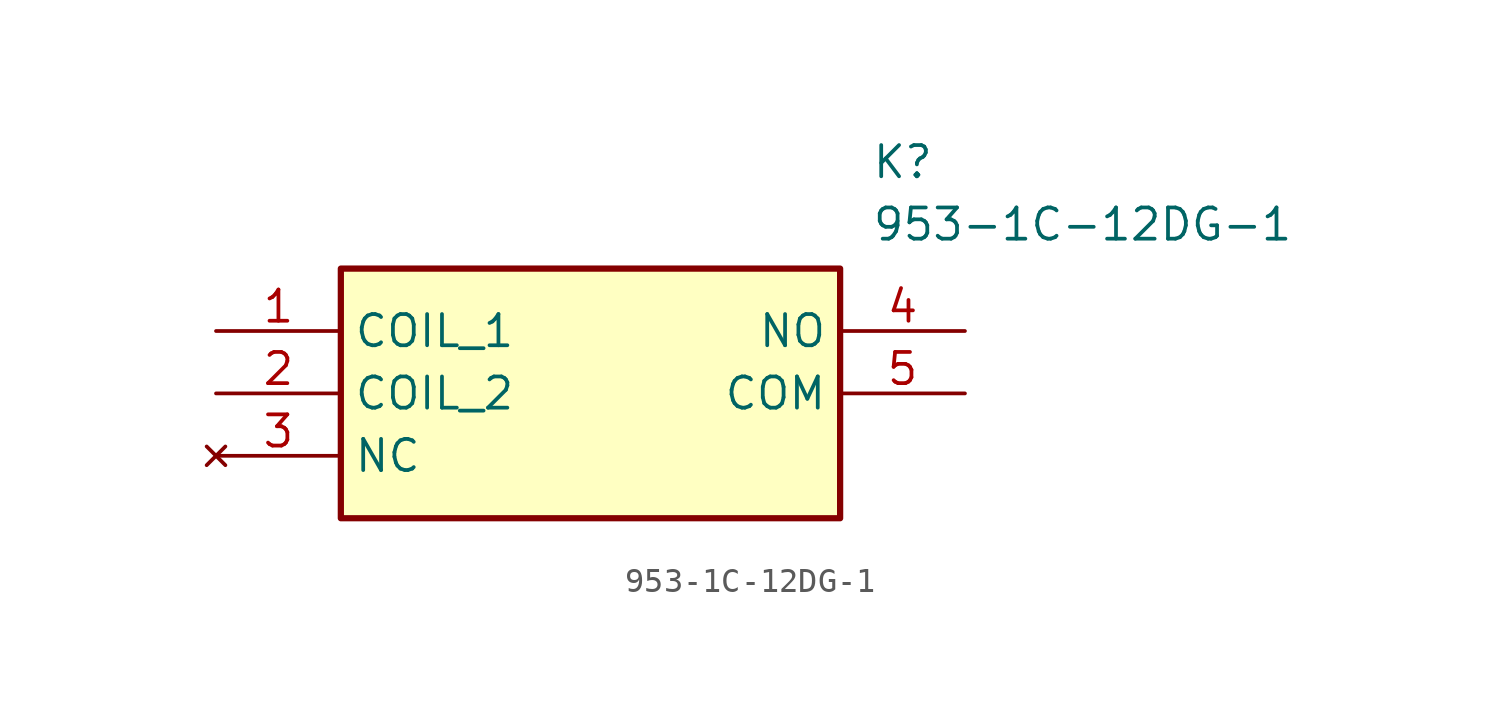
<source format=kicad_sym>
(kicad_symbol_lib
  (version 20211014)
  (generator SamacSys_ECAD_Model)
  (symbol "953-1C-12DG-1"
    (property "Reference" "K"
      (at 26.67 7.62 0)
      (effects (font (size 1.27 1.27)) (justify left top)))
    (property "Value" "953-1C-12DG-1"
      (at 26.67 5.08 0)
      (effects (font (size 1.27 1.27)) (justify left top)))
    (rectangle
      (start 5.08 2.54)
      (end 25.4 -7.62)
      (stroke (width 0.254) (type default))
      (fill (type background)))
    (pin passive line
      (at 0 0 0)
      (length 5.08)
      (name "COIL_1" (effects (font (size 1.27 1.27))))
      (number "1" (effects (font (size 1.27 1.27)))))
    (pin passive line
      (at 0 -2.54 0)
      (length 5.08)
      (name "COIL_2" (effects (font (size 1.27 1.27))))
      (number "2" (effects (font (size 1.27 1.27)))))
    (pin no_connect line
      (at 0 -5.08 0)
      (length 5.08)
      (name "NC" (effects (font (size 1.27 1.27))))
      (number "3" (effects (font (size 1.27 1.27)))))
    (pin passive line
      (at 30.48 0 180)
      (length 5.08)
      (name "NO" (effects (font (size 1.27 1.27))))
      (number "4" (effects (font (size 1.27 1.27)))))
    (pin passive line
      (at 30.48 -2.54 180)
      (length 5.08)
      (name "COM" (effects (font (size 1.27 1.27))))
      (number "5" (effects (font (size 1.27 1.27)))))))
</source>
